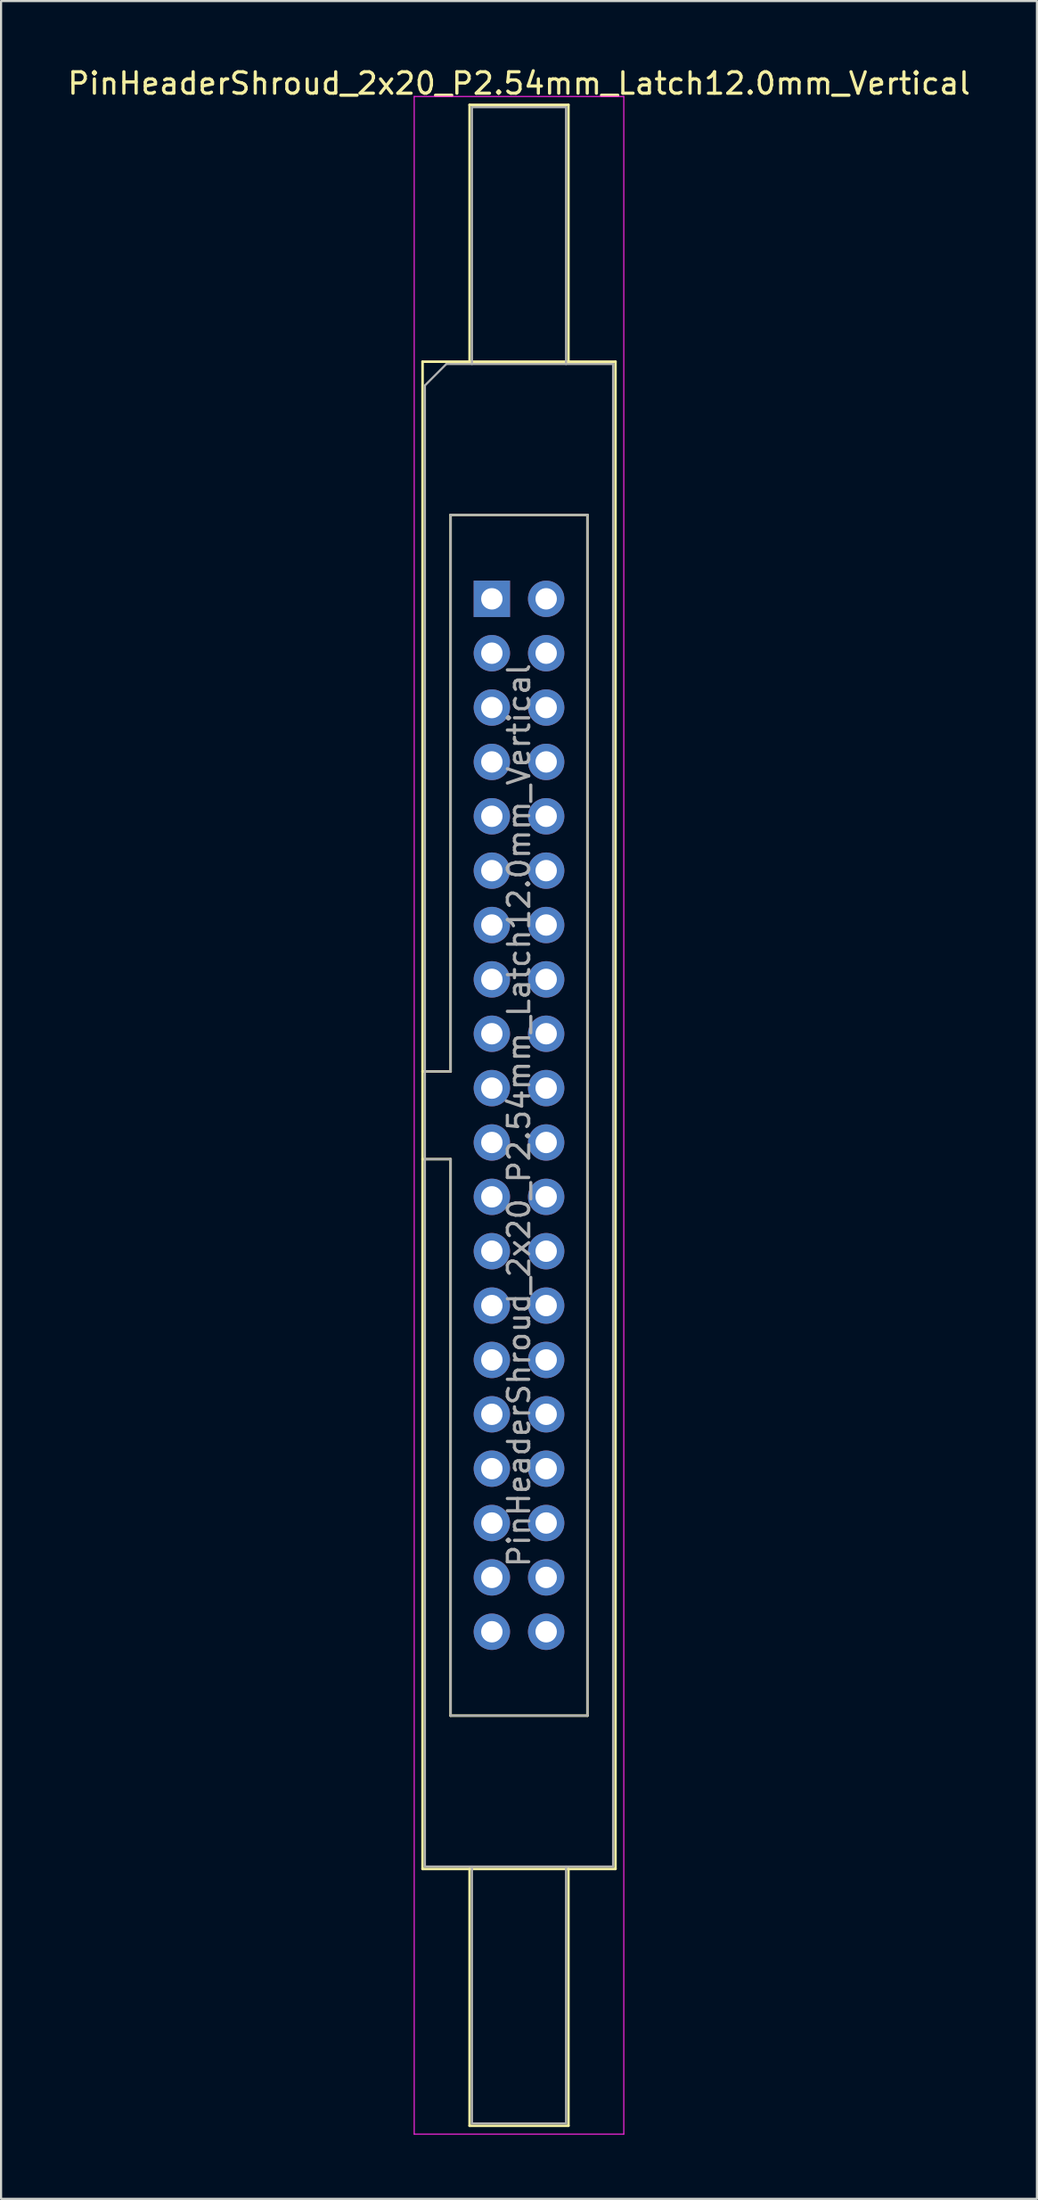
<source format=kicad_pcb>
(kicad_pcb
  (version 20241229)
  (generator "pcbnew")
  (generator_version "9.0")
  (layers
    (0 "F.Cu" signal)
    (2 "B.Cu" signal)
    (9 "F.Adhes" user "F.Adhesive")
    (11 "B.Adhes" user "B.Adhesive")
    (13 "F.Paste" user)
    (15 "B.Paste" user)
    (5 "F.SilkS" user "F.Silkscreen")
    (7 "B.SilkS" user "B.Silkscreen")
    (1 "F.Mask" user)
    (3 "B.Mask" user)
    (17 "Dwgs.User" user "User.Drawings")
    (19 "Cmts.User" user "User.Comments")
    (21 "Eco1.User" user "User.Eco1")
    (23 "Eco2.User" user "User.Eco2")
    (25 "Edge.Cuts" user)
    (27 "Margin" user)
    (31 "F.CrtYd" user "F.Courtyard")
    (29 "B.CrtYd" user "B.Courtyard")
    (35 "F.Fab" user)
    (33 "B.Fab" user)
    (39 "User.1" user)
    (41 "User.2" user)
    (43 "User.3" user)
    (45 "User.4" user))
  (footprint "PinHeaderShroud_2x20_P2.54mm_Latch12.0mm_Vertical"
    (layer "F.Cu")
    (at 19.95 24.928)
    (property "Reference" "PinHeaderShroud_2x20_P2.54mm_Latch12.0mm_Vertical" (at 1.27 -24.08 0) (layer "F.SilkS") (effects (font (size 1 1) (thickness 0.15))))
    (attr through_hole)
    (fp_line (start -3.24 -11.08) (end 5.78 -11.08) (stroke (width 0.12) (type solid)) (layer "F.SilkS"))
    (fp_line (start -3.24 22.08) (end -1.93 22.08) (stroke (width 0.12) (type solid)) (layer "F.SilkS"))
    (fp_line (start -3.24 26.18) (end -1.93 26.18) (stroke (width 0.12) (type solid)) (layer "F.SilkS"))
    (fp_line (start -3.24 59.34) (end -3.24 -11.08) (stroke (width 0.12) (type solid)) (layer "F.SilkS"))
    (fp_line (start -1.93 -3.92) (end 4.47 -3.92) (stroke (width 0.12) (type solid)) (layer "F.SilkS"))
    (fp_line (start -1.93 22.08) (end -1.93 -3.92) (stroke (width 0.12) (type solid)) (layer "F.SilkS"))
    (fp_line (start -1.93 52.18) (end -1.93 26.18) (stroke (width 0.12) (type solid)) (layer "F.SilkS"))
    (fp_line (start -1.04 -23.08) (end 3.58 -23.08) (stroke (width 0.12) (type solid)) (layer "F.SilkS"))
    (fp_line (start -1.04 -11.08) (end -1.04 -23.08) (stroke (width 0.12) (type solid)) (layer "F.SilkS"))
    (fp_line (start -1.04 59.34) (end -1.04 71.34) (stroke (width 0.12) (type solid)) (layer "F.SilkS"))
    (fp_line (start -1.04 71.34) (end 3.58 71.34) (stroke (width 0.12) (type solid)) (layer "F.SilkS"))
    (fp_line (start 3.58 -23.08) (end 3.58 -11.08) (stroke (width 0.12) (type solid)) (layer "F.SilkS"))
    (fp_line (start 3.58 71.34) (end 3.58 59.34) (stroke (width 0.12) (type solid)) (layer "F.SilkS"))
    (fp_line (start 4.47 -3.92) (end 4.47 52.18) (stroke (width 0.12) (type solid)) (layer "F.SilkS"))
    (fp_line (start 4.47 52.18) (end -1.93 52.18) (stroke (width 0.12) (type solid)) (layer "F.SilkS"))
    (fp_line (start 5.78 -11.08) (end 5.78 59.34) (stroke (width 0.12) (type solid)) (layer "F.SilkS"))
    (fp_line (start 5.78 59.34) (end -3.24 59.34) (stroke (width 0.12) (type solid)) (layer "F.SilkS"))
    (fp_line (start -3.63 -23.47) (end -3.63 71.73) (stroke (width 0.05) (type solid)) (layer "F.CrtYd"))
    (fp_line (start -3.63 71.73) (end 6.17 71.73) (stroke (width 0.05) (type solid)) (layer "F.CrtYd"))
    (fp_line (start 6.17 -23.47) (end -3.63 -23.47) (stroke (width 0.05) (type solid)) (layer "F.CrtYd"))
    (fp_line (start 6.17 71.73) (end 6.17 -23.47) (stroke (width 0.05) (type solid)) (layer "F.CrtYd"))
    (fp_line (start -3.13 -9.97) (end -2.13 -10.97) (stroke (width 0.1) (type solid)) (layer "F.Fab"))
    (fp_line (start -3.13 22.08) (end -1.93 22.08) (stroke (width 0.1) (type solid)) (layer "F.Fab"))
    (fp_line (start -3.13 26.18) (end -1.93 26.18) (stroke (width 0.1) (type solid)) (layer "F.Fab"))
    (fp_line (start -3.13 59.23) (end -3.13 -9.97) (stroke (width 0.1) (type solid)) (layer "F.Fab"))
    (fp_line (start -2.13 -10.97) (end 5.67 -10.97) (stroke (width 0.1) (type solid)) (layer "F.Fab"))
    (fp_line (start -1.93 -3.92) (end 4.47 -3.92) (stroke (width 0.1) (type solid)) (layer "F.Fab"))
    (fp_line (start -1.93 22.08) (end -1.93 -3.92) (stroke (width 0.1) (type solid)) (layer "F.Fab"))
    (fp_line (start -1.93 52.18) (end -1.93 26.18) (stroke (width 0.1) (type solid)) (layer "F.Fab"))
    (fp_line (start -0.93 -22.97) (end 3.47 -22.97) (stroke (width 0.1) (type solid)) (layer "F.Fab"))
    (fp_line (start -0.93 -10.97) (end -0.93 -22.97) (stroke (width 0.1) (type solid)) (layer "F.Fab"))
    (fp_line (start -0.93 59.23) (end -0.93 71.23) (stroke (width 0.1) (type solid)) (layer "F.Fab"))
    (fp_line (start -0.93 71.23) (end 3.47 71.23) (stroke (width 0.1) (type solid)) (layer "F.Fab"))
    (fp_line (start 3.47 -22.97) (end 3.47 -10.97) (stroke (width 0.1) (type solid)) (layer "F.Fab"))
    (fp_line (start 3.47 71.23) (end 3.47 59.23) (stroke (width 0.1) (type solid)) (layer "F.Fab"))
    (fp_line (start 4.47 -3.92) (end 4.47 52.18) (stroke (width 0.1) (type solid)) (layer "F.Fab"))
    (fp_line (start 4.47 52.18) (end -1.93 52.18) (stroke (width 0.1) (type solid)) (layer "F.Fab"))
    (fp_line (start 5.67 -10.97) (end 5.67 59.23) (stroke (width 0.1) (type solid)) (layer "F.Fab"))
    (fp_line (start 5.67 59.23) (end -3.13 59.23) (stroke (width 0.1) (type solid)) (layer "F.Fab"))
    (fp_text user "${REFERENCE}" (at 1.27 24.13 90) (layer "F.Fab") (effects (font (size 1 1) (thickness 0.15))))
    (pad "1" thru_hole rect (at 0 0) (size 1.7 1.7) (drill 1) (layers "*.Cu" "*.Mask"))
    (pad "2" thru_hole circle (at 2.54 0) (size 1.7 1.7) (drill 1) (layers "*.Cu" "*.Mask"))
    (pad "3" thru_hole circle (at 0 2.54) (size 1.7 1.7) (drill 1) (layers "*.Cu" "*.Mask"))
    (pad "4" thru_hole circle (at 2.54 2.54) (size 1.7 1.7) (drill 1) (layers "*.Cu" "*.Mask"))
    (pad "5" thru_hole circle (at 0 5.08) (size 1.7 1.7) (drill 1) (layers "*.Cu" "*.Mask"))
    (pad "6" thru_hole circle (at 2.54 5.08) (size 1.7 1.7) (drill 1) (layers "*.Cu" "*.Mask"))
    (pad "7" thru_hole circle (at 0 7.62) (size 1.7 1.7) (drill 1) (layers "*.Cu" "*.Mask"))
    (pad "8" thru_hole circle (at 2.54 7.62) (size 1.7 1.7) (drill 1) (layers "*.Cu" "*.Mask"))
    (pad "9" thru_hole circle (at 0 10.16) (size 1.7 1.7) (drill 1) (layers "*.Cu" "*.Mask"))
    (pad "10" thru_hole circle (at 2.54 10.16) (size 1.7 1.7) (drill 1) (layers "*.Cu" "*.Mask"))
    (pad "11" thru_hole circle (at 0 12.7) (size 1.7 1.7) (drill 1) (layers "*.Cu" "*.Mask"))
    (pad "12" thru_hole circle (at 2.54 12.7) (size 1.7 1.7) (drill 1) (layers "*.Cu" "*.Mask"))
    (pad "13" thru_hole circle (at 0 15.24) (size 1.7 1.7) (drill 1) (layers "*.Cu" "*.Mask"))
    (pad "14" thru_hole circle (at 2.54 15.24) (size 1.7 1.7) (drill 1) (layers "*.Cu" "*.Mask"))
    (pad "15" thru_hole circle (at 0 17.78) (size 1.7 1.7) (drill 1) (layers "*.Cu" "*.Mask"))
    (pad "16" thru_hole circle (at 2.54 17.78) (size 1.7 1.7) (drill 1) (layers "*.Cu" "*.Mask"))
    (pad "17" thru_hole circle (at 0 20.32) (size 1.7 1.7) (drill 1) (layers "*.Cu" "*.Mask"))
    (pad "18" thru_hole circle (at 2.54 20.32) (size 1.7 1.7) (drill 1) (layers "*.Cu" "*.Mask"))
    (pad "19" thru_hole circle (at 0 22.86) (size 1.7 1.7) (drill 1) (layers "*.Cu" "*.Mask"))
    (pad "20" thru_hole circle (at 2.54 22.86) (size 1.7 1.7) (drill 1) (layers "*.Cu" "*.Mask"))
    (pad "21" thru_hole circle (at 0 25.4) (size 1.7 1.7) (drill 1) (layers "*.Cu" "*.Mask"))
    (pad "22" thru_hole circle (at 2.54 25.4) (size 1.7 1.7) (drill 1) (layers "*.Cu" "*.Mask"))
    (pad "23" thru_hole circle (at 0 27.94) (size 1.7 1.7) (drill 1) (layers "*.Cu" "*.Mask"))
    (pad "24" thru_hole circle (at 2.54 27.94) (size 1.7 1.7) (drill 1) (layers "*.Cu" "*.Mask"))
    (pad "25" thru_hole circle (at 0 30.48) (size 1.7 1.7) (drill 1) (layers "*.Cu" "*.Mask"))
    (pad "26" thru_hole circle (at 2.54 30.48) (size 1.7 1.7) (drill 1) (layers "*.Cu" "*.Mask"))
    (pad "27" thru_hole circle (at 0 33.02) (size 1.7 1.7) (drill 1) (layers "*.Cu" "*.Mask"))
    (pad "28" thru_hole circle (at 2.54 33.02) (size 1.7 1.7) (drill 1) (layers "*.Cu" "*.Mask"))
    (pad "29" thru_hole circle (at 0 35.56) (size 1.7 1.7) (drill 1) (layers "*.Cu" "*.Mask"))
    (pad "30" thru_hole circle (at 2.54 35.56) (size 1.7 1.7) (drill 1) (layers "*.Cu" "*.Mask"))
    (pad "31" thru_hole circle (at 0 38.1) (size 1.7 1.7) (drill 1) (layers "*.Cu" "*.Mask"))
    (pad "32" thru_hole circle (at 2.54 38.1) (size 1.7 1.7) (drill 1) (layers "*.Cu" "*.Mask"))
    (pad "33" thru_hole circle (at 0 40.64) (size 1.7 1.7) (drill 1) (layers "*.Cu" "*.Mask"))
    (pad "34" thru_hole circle (at 2.54 40.64) (size 1.7 1.7) (drill 1) (layers "*.Cu" "*.Mask"))
    (pad "35" thru_hole circle (at 0 43.18) (size 1.7 1.7) (drill 1) (layers "*.Cu" "*.Mask"))
    (pad "36" thru_hole circle (at 2.54 43.18) (size 1.7 1.7) (drill 1) (layers "*.Cu" "*.Mask"))
    (pad "37" thru_hole circle (at 0 45.72) (size 1.7 1.7) (drill 1) (layers "*.Cu" "*.Mask"))
    (pad "38" thru_hole circle (at 2.54 45.72) (size 1.7 1.7) (drill 1) (layers "*.Cu" "*.Mask"))
    (pad "39" thru_hole circle (at 0 48.26) (size 1.7 1.7) (drill 1) (layers "*.Cu" "*.Mask"))
    (pad "40" thru_hole circle (at 2.54 48.26) (size 1.7 1.7) (drill 1) (layers "*.Cu" "*.Mask")))
  (gr_rect
    (start -3 -3)
    (end 45.44 99.683)
    (stroke (width 0.1) (type default))
    (fill no)
    (layer "Edge.Cuts")))
</source>
